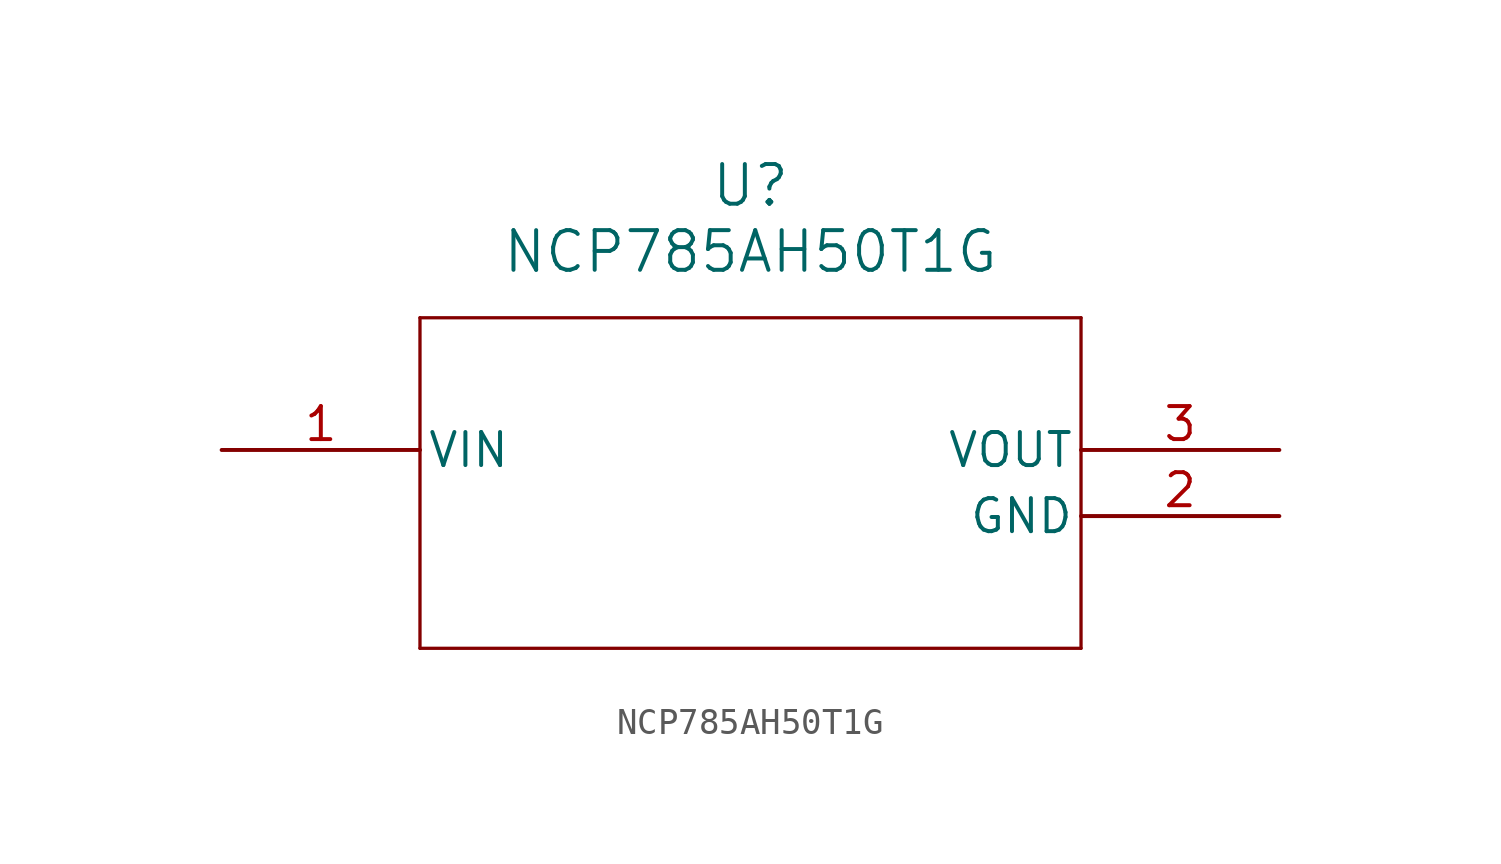
<source format=kicad_sym>
(kicad_symbol_lib
  (version 20211014)
  (generator kicad_symbol_editor)
  (symbol "NCP785AH50T1G"
    (pin_names
      (offset 0.254))
    (property "Reference" "U"
      (at 20.32 10.16 0)
      (effects (font (size 1.524 1.524))))
    (property "Value" "NCP785AH50T1G"
      (at 20.32 7.62 0)
      (effects (font (size 1.524 1.524))))
    (symbol "NCP785AH50T1G_0_1"
      (polyline (pts (xy 7.62 5.08) (xy 7.62 -7.62)) (stroke (width 0.127) (type default) (color 0 0 0 0)) (fill (type none)))
      (polyline (pts (xy 7.62 -7.62) (xy 33.02 -7.62)) (stroke (width 0.127) (type default) (color 0 0 0 0)) (fill (type none)))
      (polyline (pts (xy 33.02 -7.62) (xy 33.02 5.08)) (stroke (width 0.127) (type default) (color 0 0 0 0)) (fill (type none)))
      (polyline (pts (xy 33.02 5.08) (xy 7.62 5.08)) (stroke (width 0.127) (type default) (color 0 0 0 0)) (fill (type none)))
      (pin unspecified line (at 0 0 0) (length 7.62) (name "VIN" (effects (font (size 1.27 1.27)))) (number "1" (effects (font (size 1.27 1.27)))))
      (pin power_out line (at 40.64 -2.54 180) (length 7.62) (name "GND" (effects (font (size 1.27 1.27)))) (number "2" (effects (font (size 1.27 1.27)))))
      (pin output line (at 40.64 0 180) (length 7.62) (name "VOUT" (effects (font (size 1.27 1.27)))) (number "3" (effects (font (size 1.27 1.27))))))))
</source>
